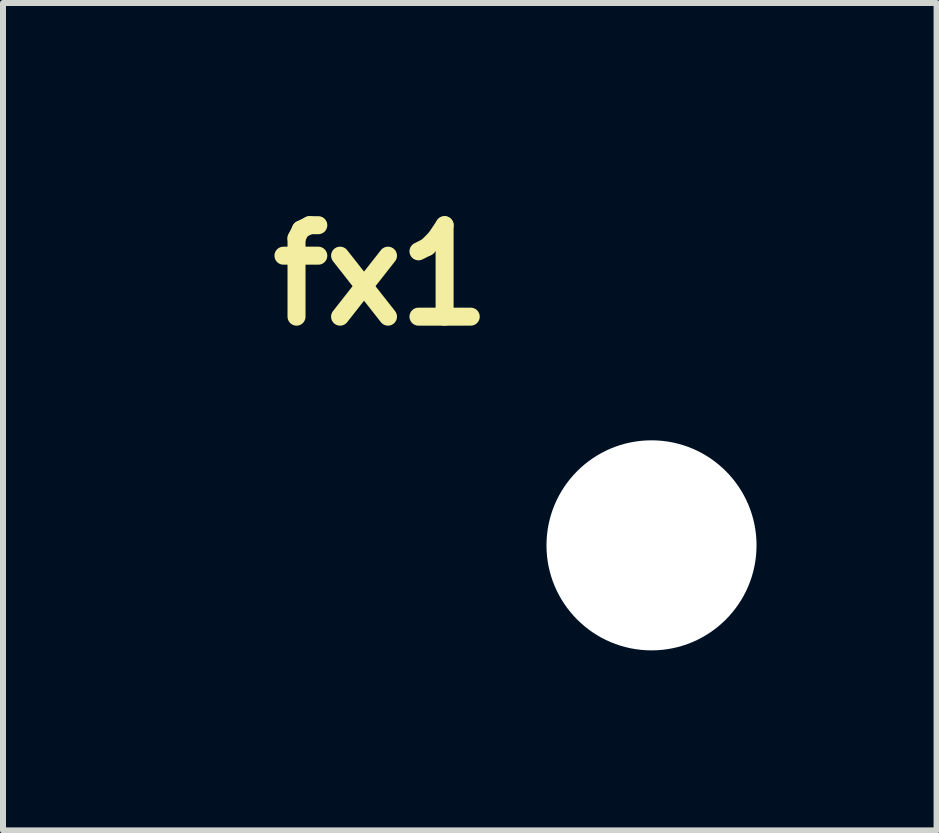
<source format=kicad_pcb>
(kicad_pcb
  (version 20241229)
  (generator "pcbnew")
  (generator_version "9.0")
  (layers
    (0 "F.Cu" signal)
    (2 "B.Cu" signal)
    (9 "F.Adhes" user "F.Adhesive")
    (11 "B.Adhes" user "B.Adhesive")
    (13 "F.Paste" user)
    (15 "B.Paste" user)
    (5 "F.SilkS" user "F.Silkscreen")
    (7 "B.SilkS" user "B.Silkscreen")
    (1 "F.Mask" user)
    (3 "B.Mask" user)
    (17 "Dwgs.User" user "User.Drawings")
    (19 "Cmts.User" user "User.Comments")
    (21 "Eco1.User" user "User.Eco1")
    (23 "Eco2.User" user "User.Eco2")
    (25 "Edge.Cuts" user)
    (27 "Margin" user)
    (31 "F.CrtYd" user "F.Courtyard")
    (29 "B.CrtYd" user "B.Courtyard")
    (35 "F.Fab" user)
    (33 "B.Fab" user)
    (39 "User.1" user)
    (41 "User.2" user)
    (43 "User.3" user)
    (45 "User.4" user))
  (footprint "fx1"
    (layer "F.Cu")
    (at 7.806 6.037)
    (property "Reference" "fx1" (at -4.5 -4.5 0) (layer "F.SilkS") (effects (font (size 1.524 1.524) (thickness 0.3))))
    (attr through_hole)
    (fp_poly (pts (xy -1.598 -4.903) (xy -1.515 -4.886) (xy -1.439 -4.856) (xy -1.371 -4.814) (xy -1.311 -4.761) (xy -1.263 -4.7) (xy -1.225 -4.631) (xy -1.201 -4.556) (xy -1.19 -4.478) (xy -1.194 -4.397) (xy -1.203 -4.354) (xy -1.229 -4.283) (xy -1.267 -4.216) (xy -1.315 -4.155) (xy -1.37 -4.104) (xy -1.428 -4.066) (xy -1.502 -4.038) (xy -1.581 -4.022) (xy -1.661 -4.018) (xy -1.737 -4.028) (xy -1.748 -4.031) (xy -1.826 -4.06) (xy -1.895 -4.102) (xy -1.955 -4.156) (xy -2.005 -4.219) (xy -2.043 -4.29) (xy -2.067 -4.365) (xy -2.078 -4.445) (xy -2.073 -4.526) (xy -2.072 -4.528) (xy -2.051 -4.607) (xy -2.016 -4.681) (xy -1.969 -4.746) (xy -1.911 -4.802) (xy -1.846 -4.848) (xy -1.774 -4.881) (xy -1.697 -4.9) (xy -1.618 -4.904) (xy -1.598 -4.903)) (stroke (width 0.01) (type solid)) (fill yes) (layer "F.Mask"))
    (fp_poly (pts (xy -5.095 -6.014) (xy -5.067 -5.997) (xy -5.039 -5.972) (xy -5.029 -5.961) (xy -5.019 -5.949) (xy -5 -5.923) (xy -4.974 -5.886) (xy -4.941 -5.839) (xy -4.901 -5.783) (xy -4.856 -5.719) (xy -4.807 -5.648) (xy -4.754 -5.573) (xy -4.698 -5.493) (xy -4.664 -5.444) (xy -4.607 -5.361) (xy -4.552 -5.282) (xy -4.499 -5.207) (xy -4.451 -5.137) (xy -4.407 -5.074) (xy -4.369 -5.019) (xy -4.337 -4.974) (xy -4.312 -4.939) (xy -4.296 -4.915) (xy -4.291 -4.908) (xy -4.253 -4.855) (xy -3.863 -5.416) (xy -3.791 -5.518) (xy -3.728 -5.608) (xy -3.674 -5.685) (xy -3.628 -5.751) (xy -3.588 -5.807) (xy -3.554 -5.854) (xy -3.526 -5.892) (xy -3.503 -5.923) (xy -3.484 -5.947) (xy -3.469 -5.966) (xy -3.456 -5.98) (xy -3.446 -5.99) (xy -3.437 -5.997) (xy -3.431 -6.002) (xy -3.38 -6.024) (xy -3.327 -6.031) (xy -3.274 -6.024) (xy -3.225 -6.003) (xy -3.182 -5.97) (xy -3.149 -5.926) (xy -3.139 -5.906) (xy -3.129 -5.865) (xy -3.127 -5.818) (xy -3.135 -5.773) (xy -3.144 -5.747) (xy -3.152 -5.735) (xy -3.168 -5.71) (xy -3.193 -5.674) (xy -3.225 -5.627) (xy -3.263 -5.57) (xy -3.308 -5.505) (xy -3.358 -5.432) (xy -3.413 -5.353) (xy -3.471 -5.269) (xy -3.533 -5.18) (xy -3.581 -5.111) (xy -3.644 -5.021) (xy -3.704 -4.935) (xy -3.76 -4.853) (xy -3.813 -4.777) (xy -3.86 -4.709) (xy -3.901 -4.648) (xy -3.937 -4.597) (xy -3.965 -4.555) (xy -3.985 -4.524) (xy -3.998 -4.506) (xy -4.001 -4.5) (xy -3.996 -4.492) (xy -3.982 -4.471) (xy -3.96 -4.438) (xy -3.93 -4.394) (xy -3.894 -4.341) (xy -3.851 -4.279) (xy -3.803 -4.209) (xy -3.75 -4.132) (xy -3.693 -4.049) (xy -3.632 -3.962) (xy -3.581 -3.889) (xy -3.518 -3.798) (xy -3.457 -3.71) (xy -3.399 -3.627) (xy -3.346 -3.55) (xy -3.297 -3.479) (xy -3.253 -3.415) (xy -3.216 -3.361) (xy -3.186 -3.316) (xy -3.163 -3.283) (xy -3.149 -3.261) (xy -3.144 -3.253) (xy -3.131 -3.213) (xy -3.127 -3.167) (xy -3.131 -3.121) (xy -3.139 -3.094) (xy -3.168 -3.046) (xy -3.208 -3.008) (xy -3.254 -2.983) (xy -3.306 -2.97) (xy -3.359 -2.972) (xy -3.411 -2.988) (xy -3.431 -2.998) (xy -3.439 -3.004) (xy -3.448 -3.012) (xy -3.459 -3.023) (xy -3.472 -3.038) (xy -3.488 -3.058) (xy -3.508 -3.084) (xy -3.533 -3.116) (xy -3.562 -3.157) (xy -3.597 -3.206) (xy -3.638 -3.264) (xy -3.687 -3.333) (xy -3.743 -3.413) (xy -3.808 -3.506) (xy -3.863 -3.584) (xy -4.253 -4.145) (xy -4.291 -4.092) (xy -4.302 -4.076) (xy -4.322 -4.048) (xy -4.35 -4.008) (xy -4.385 -3.958) (xy -4.426 -3.899) (xy -4.472 -3.833) (xy -4.522 -3.76) (xy -4.577 -3.683) (xy -4.633 -3.601) (xy -4.673 -3.544) (xy -4.731 -3.461) (xy -4.786 -3.383) (xy -4.837 -3.309) (xy -4.884 -3.242) (xy -4.927 -3.181) (xy -4.964 -3.129) (xy -4.994 -3.087) (xy -5.017 -3.055) (xy -5.031 -3.035) (xy -5.036 -3.028) (xy -5.066 -3.004) (xy -5.106 -2.984) (xy -5.15 -2.972) (xy -5.181 -2.968) (xy -5.236 -2.976) (xy -5.287 -2.999) (xy -5.33 -3.034) (xy -5.362 -3.08) (xy -5.368 -3.093) (xy -5.377 -3.128) (xy -5.38 -3.17) (xy -5.377 -3.212) (xy -5.371 -3.238) (xy -5.365 -3.249) (xy -5.35 -3.272) (xy -5.326 -3.308) (xy -5.295 -3.354) (xy -5.257 -3.41) (xy -5.213 -3.474) (xy -5.164 -3.547) (xy -5.109 -3.625) (xy -5.051 -3.71) (xy -4.99 -3.798) (xy -4.931 -3.882) (xy -4.501 -4.5) (xy -4.892 -5.062) (xy -5.283 -5.625) (xy -7.395 -5.626) (xy -7.395 -4.703) (xy -6.676 -4.703) (xy -6.546 -4.703) (xy -6.432 -4.703) (xy -6.332 -4.703) (xy -6.246 -4.703) (xy -6.172 -4.702) (xy -6.11 -4.701) (xy -6.058 -4.7) (xy -6.015 -4.699) (xy -5.981 -4.697) (xy -5.953 -4.694) (xy -5.931 -4.691) (xy -5.913 -4.687) (xy -5.899 -4.682) (xy -5.888 -4.677) (xy -5.878 -4.671) (xy -5.868 -4.664) (xy -5.859 -4.656) (xy -5.824 -4.62) (xy -5.801 -4.574) (xy -5.789 -4.524) (xy -5.79 -4.472) (xy -5.802 -4.422) (xy -5.826 -4.377) (xy -5.859 -4.344) (xy -5.869 -4.336) (xy -5.879 -4.329) (xy -5.889 -4.322) (xy -5.901 -4.317) (xy -5.915 -4.313) (xy -5.933 -4.309) (xy -5.955 -4.306) (xy -5.984 -4.303) (xy -6.019 -4.301) (xy -6.063 -4.3) (xy -6.116 -4.299) (xy -6.179 -4.298) (xy -6.254 -4.297) (xy -6.341 -4.297) (xy -6.442 -4.297) (xy -6.558 -4.297) (xy -6.676 -4.297) (xy -7.394 -4.297) (xy -7.397 -3.707) (xy -7.399 -3.116) (xy -7.418 -3.081) (xy -7.452 -3.034) (xy -7.495 -2.999) (xy -7.545 -2.977) (xy -7.598 -2.969) (xy -7.653 -2.976) (xy -7.689 -2.99) (xy -7.736 -3.021) (xy -7.77 -3.063) (xy -7.788 -3.097) (xy -7.79 -3.103) (xy -7.791 -3.111) (xy -7.793 -3.123) (xy -7.794 -3.14) (xy -7.795 -3.162) (xy -7.796 -3.19) (xy -7.797 -3.224) (xy -7.798 -3.266) (xy -7.798 -3.317) (xy -7.799 -3.376) (xy -7.799 -3.446) (xy -7.8 -3.525) (xy -7.8 -3.617) (xy -7.8 -3.72) (xy -7.801 -3.836) (xy -7.801 -3.966) (xy -7.801 -4.11) (xy -7.801 -4.27) (xy -7.801 -4.445) (xy -7.801 -4.502) (xy -7.801 -5.875) (xy -7.781 -5.918) (xy -7.757 -5.958) (xy -7.728 -5.988) (xy -7.689 -6.011) (xy -7.682 -6.014) (xy -7.677 -6.017) (xy -7.671 -6.019) (xy -7.664 -6.021) (xy -7.655 -6.022) (xy -7.643 -6.024) (xy -7.627 -6.025) (xy -7.606 -6.026) (xy -7.581 -6.027) (xy -7.548 -6.028) (xy -7.509 -6.029) (xy -7.462 -6.03) (xy -7.406 -6.03) (xy -7.341 -6.031) (xy -7.265 -6.031) (xy -7.178 -6.031) (xy -7.079 -6.031) (xy -6.968 -6.032) (xy -6.842 -6.032) (xy -6.702 -6.032) (xy -6.547 -6.032) (xy -6.388 -6.032) (xy -5.132 -6.032) (xy -5.095 -6.014)) (stroke (width 0.01) (type solid)) (fill yes) (layer "F.Mask"))
    (fp_poly (pts (xy -1.598 -4.903) (xy -1.515 -4.886) (xy -1.439 -4.856) (xy -1.371 -4.814) (xy -1.311 -4.761) (xy -1.263 -4.7) (xy -1.225 -4.631) (xy -1.201 -4.556) (xy -1.19 -4.478) (xy -1.194 -4.397) (xy -1.203 -4.354) (xy -1.229 -4.283) (xy -1.267 -4.216) (xy -1.315 -4.155) (xy -1.37 -4.104) (xy -1.428 -4.066) (xy -1.502 -4.038) (xy -1.581 -4.022) (xy -1.661 -4.018) (xy -1.737 -4.028) (xy -1.748 -4.031) (xy -1.826 -4.06) (xy -1.895 -4.102) (xy -1.955 -4.156) (xy -2.005 -4.219) (xy -2.043 -4.29) (xy -2.067 -4.365) (xy -2.078 -4.445) (xy -2.073 -4.526) (xy -2.072 -4.528) (xy -2.051 -4.607) (xy -2.016 -4.681) (xy -1.969 -4.746) (xy -1.911 -4.802) (xy -1.846 -4.848) (xy -1.774 -4.881) (xy -1.697 -4.9) (xy -1.618 -4.904) (xy -1.598 -4.903)) (stroke (width 0.01) (type solid)) (fill yes) (layer "B.Mask"))
    (fp_poly (pts (xy -5.095 -6.014) (xy -5.067 -5.997) (xy -5.039 -5.972) (xy -5.029 -5.961) (xy -5.019 -5.949) (xy -5 -5.923) (xy -4.974 -5.886) (xy -4.941 -5.839) (xy -4.901 -5.783) (xy -4.856 -5.719) (xy -4.807 -5.648) (xy -4.754 -5.573) (xy -4.698 -5.493) (xy -4.664 -5.444) (xy -4.607 -5.361) (xy -4.552 -5.282) (xy -4.499 -5.207) (xy -4.451 -5.137) (xy -4.407 -5.074) (xy -4.369 -5.019) (xy -4.337 -4.974) (xy -4.312 -4.939) (xy -4.296 -4.915) (xy -4.291 -4.908) (xy -4.253 -4.855) (xy -3.863 -5.416) (xy -3.791 -5.518) (xy -3.728 -5.608) (xy -3.674 -5.685) (xy -3.628 -5.751) (xy -3.588 -5.807) (xy -3.554 -5.854) (xy -3.526 -5.892) (xy -3.503 -5.923) (xy -3.484 -5.947) (xy -3.469 -5.966) (xy -3.456 -5.98) (xy -3.446 -5.99) (xy -3.437 -5.997) (xy -3.431 -6.002) (xy -3.38 -6.024) (xy -3.327 -6.031) (xy -3.274 -6.024) (xy -3.225 -6.003) (xy -3.182 -5.97) (xy -3.149 -5.926) (xy -3.139 -5.906) (xy -3.129 -5.865) (xy -3.127 -5.818) (xy -3.135 -5.773) (xy -3.144 -5.747) (xy -3.152 -5.735) (xy -3.168 -5.71) (xy -3.193 -5.674) (xy -3.225 -5.627) (xy -3.263 -5.57) (xy -3.308 -5.505) (xy -3.358 -5.432) (xy -3.413 -5.353) (xy -3.471 -5.269) (xy -3.533 -5.18) (xy -3.581 -5.111) (xy -3.644 -5.021) (xy -3.704 -4.935) (xy -3.76 -4.853) (xy -3.813 -4.777) (xy -3.86 -4.709) (xy -3.901 -4.648) (xy -3.937 -4.597) (xy -3.965 -4.555) (xy -3.985 -4.524) (xy -3.998 -4.506) (xy -4.001 -4.5) (xy -3.996 -4.492) (xy -3.982 -4.471) (xy -3.96 -4.438) (xy -3.93 -4.394) (xy -3.894 -4.341) (xy -3.851 -4.279) (xy -3.803 -4.209) (xy -3.75 -4.132) (xy -3.693 -4.049) (xy -3.632 -3.962) (xy -3.581 -3.889) (xy -3.518 -3.798) (xy -3.457 -3.71) (xy -3.399 -3.627) (xy -3.346 -3.55) (xy -3.297 -3.479) (xy -3.253 -3.415) (xy -3.216 -3.361) (xy -3.186 -3.316) (xy -3.163 -3.283) (xy -3.149 -3.261) (xy -3.144 -3.253) (xy -3.131 -3.213) (xy -3.127 -3.167) (xy -3.131 -3.121) (xy -3.139 -3.094) (xy -3.168 -3.046) (xy -3.208 -3.008) (xy -3.254 -2.983) (xy -3.306 -2.97) (xy -3.359 -2.972) (xy -3.411 -2.988) (xy -3.431 -2.998) (xy -3.439 -3.004) (xy -3.448 -3.012) (xy -3.459 -3.023) (xy -3.472 -3.038) (xy -3.488 -3.058) (xy -3.508 -3.084) (xy -3.533 -3.116) (xy -3.562 -3.157) (xy -3.597 -3.206) (xy -3.638 -3.264) (xy -3.687 -3.333) (xy -3.743 -3.413) (xy -3.808 -3.506) (xy -3.863 -3.584) (xy -4.253 -4.145) (xy -4.291 -4.092) (xy -4.302 -4.076) (xy -4.322 -4.048) (xy -4.35 -4.008) (xy -4.385 -3.958) (xy -4.426 -3.899) (xy -4.472 -3.833) (xy -4.522 -3.76) (xy -4.577 -3.683) (xy -4.633 -3.601) (xy -4.673 -3.544) (xy -4.731 -3.461) (xy -4.786 -3.383) (xy -4.837 -3.309) (xy -4.884 -3.242) (xy -4.927 -3.181) (xy -4.964 -3.129) (xy -4.994 -3.087) (xy -5.017 -3.055) (xy -5.031 -3.035) (xy -5.036 -3.028) (xy -5.066 -3.004) (xy -5.106 -2.984) (xy -5.15 -2.972) (xy -5.181 -2.968) (xy -5.236 -2.976) (xy -5.287 -2.999) (xy -5.33 -3.034) (xy -5.362 -3.08) (xy -5.368 -3.093) (xy -5.377 -3.128) (xy -5.38 -3.17) (xy -5.377 -3.212) (xy -5.371 -3.238) (xy -5.365 -3.249) (xy -5.35 -3.272) (xy -5.326 -3.308) (xy -5.295 -3.354) (xy -5.257 -3.41) (xy -5.213 -3.474) (xy -5.164 -3.547) (xy -5.109 -3.625) (xy -5.051 -3.71) (xy -4.99 -3.798) (xy -4.931 -3.882) (xy -4.501 -4.5) (xy -4.892 -5.062) (xy -5.283 -5.625) (xy -7.395 -5.626) (xy -7.395 -4.703) (xy -6.676 -4.703) (xy -6.546 -4.703) (xy -6.432 -4.703) (xy -6.332 -4.703) (xy -6.246 -4.703) (xy -6.172 -4.702) (xy -6.11 -4.701) (xy -6.058 -4.7) (xy -6.015 -4.699) (xy -5.981 -4.697) (xy -5.953 -4.694) (xy -5.931 -4.691) (xy -5.913 -4.687) (xy -5.899 -4.682) (xy -5.888 -4.677) (xy -5.878 -4.671) (xy -5.868 -4.664) (xy -5.859 -4.656) (xy -5.824 -4.62) (xy -5.801 -4.574) (xy -5.789 -4.524) (xy -5.79 -4.472) (xy -5.802 -4.422) (xy -5.826 -4.377) (xy -5.859 -4.344) (xy -5.869 -4.336) (xy -5.879 -4.329) (xy -5.889 -4.322) (xy -5.901 -4.317) (xy -5.915 -4.313) (xy -5.933 -4.309) (xy -5.955 -4.306) (xy -5.984 -4.303) (xy -6.019 -4.301) (xy -6.063 -4.3) (xy -6.116 -4.299) (xy -6.179 -4.298) (xy -6.254 -4.297) (xy -6.341 -4.297) (xy -6.442 -4.297) (xy -6.558 -4.297) (xy -6.676 -4.297) (xy -7.394 -4.297) (xy -7.397 -3.707) (xy -7.399 -3.116) (xy -7.418 -3.081) (xy -7.452 -3.034) (xy -7.495 -2.999) (xy -7.545 -2.977) (xy -7.598 -2.969) (xy -7.653 -2.976) (xy -7.689 -2.99) (xy -7.736 -3.021) (xy -7.77 -3.063) (xy -7.788 -3.097) (xy -7.79 -3.103) (xy -7.791 -3.111) (xy -7.793 -3.123) (xy -7.794 -3.14) (xy -7.795 -3.162) (xy -7.796 -3.19) (xy -7.797 -3.224) (xy -7.798 -3.266) (xy -7.798 -3.317) (xy -7.799 -3.376) (xy -7.799 -3.446) (xy -7.8 -3.525) (xy -7.8 -3.617) (xy -7.8 -3.72) (xy -7.801 -3.836) (xy -7.801 -3.966) (xy -7.801 -4.11) (xy -7.801 -4.27) (xy -7.801 -4.445) (xy -7.801 -4.502) (xy -7.801 -5.875) (xy -7.781 -5.918) (xy -7.757 -5.958) (xy -7.728 -5.988) (xy -7.689 -6.011) (xy -7.682 -6.014) (xy -7.677 -6.017) (xy -7.671 -6.019) (xy -7.664 -6.021) (xy -7.655 -6.022) (xy -7.643 -6.024) (xy -7.627 -6.025) (xy -7.606 -6.026) (xy -7.581 -6.027) (xy -7.548 -6.028) (xy -7.509 -6.029) (xy -7.462 -6.03) (xy -7.406 -6.03) (xy -7.341 -6.031) (xy -7.265 -6.031) (xy -7.178 -6.031) (xy -7.079 -6.031) (xy -6.968 -6.032) (xy -6.842 -6.032) (xy -6.702 -6.032) (xy -6.547 -6.032) (xy -6.388 -6.032) (xy -5.132 -6.032) (xy -5.095 -6.014)) (stroke (width 0.01) (type solid)) (fill yes) (layer "B.Mask"))
    (pad "" np_thru_hole circle (at 0 0) (size 3.5 3.5) (drill 3.5) (layers "*.Cu" "*.Mask")))
  (gr_rect
    (start -3 -3)
    (end 12.556 10.787)
    (stroke (width 0.1) (type default))
    (fill no)
    (layer "Edge.Cuts")))
</source>
